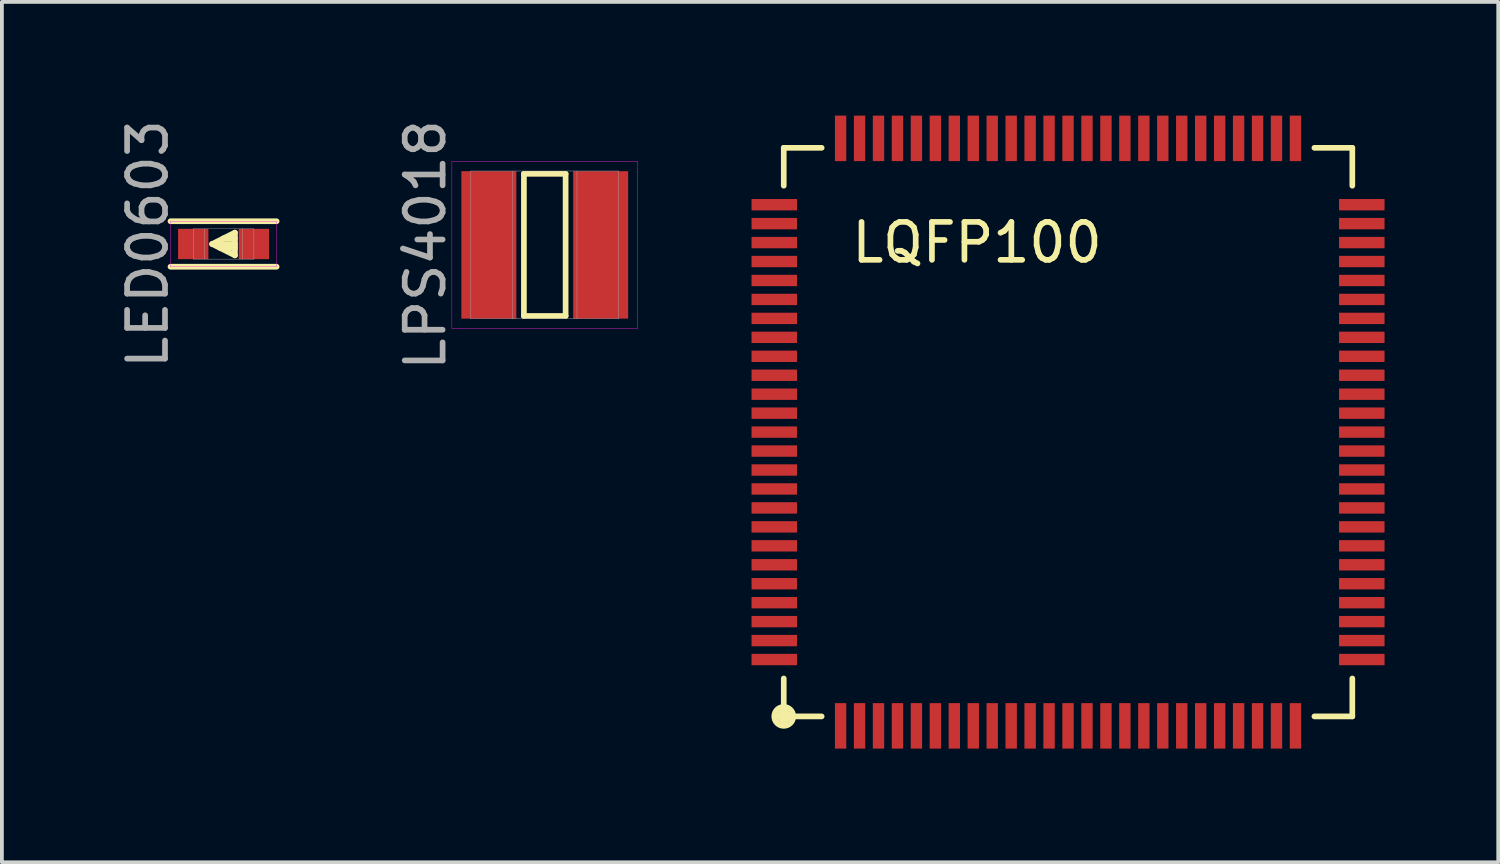
<source format=kicad_pcb>
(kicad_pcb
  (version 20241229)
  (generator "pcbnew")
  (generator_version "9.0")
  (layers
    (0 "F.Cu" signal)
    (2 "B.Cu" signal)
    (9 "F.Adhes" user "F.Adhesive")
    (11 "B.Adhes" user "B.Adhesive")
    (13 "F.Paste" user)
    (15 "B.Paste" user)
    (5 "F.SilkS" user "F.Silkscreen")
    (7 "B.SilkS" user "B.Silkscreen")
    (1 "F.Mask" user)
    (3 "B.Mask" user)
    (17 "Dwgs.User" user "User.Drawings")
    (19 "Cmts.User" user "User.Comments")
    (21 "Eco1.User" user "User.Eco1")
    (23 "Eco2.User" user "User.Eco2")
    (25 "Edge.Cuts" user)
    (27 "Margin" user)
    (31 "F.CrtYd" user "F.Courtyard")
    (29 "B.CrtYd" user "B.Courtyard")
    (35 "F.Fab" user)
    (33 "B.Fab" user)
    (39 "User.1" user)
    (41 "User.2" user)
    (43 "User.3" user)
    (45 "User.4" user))
  (footprint "LED0603"
    (layer "F.Cu")
    (at 2.848 3.387)
    (property "Reference" "LED0603" (at -2 0 90) (layer "F.Fab") (effects (font (size 1 1) (thickness 0.15))))
    (attr through_hole)
    (fp_line (start -1.4 -0.6) (end 1.4 -0.6) (stroke (width 0.15) (type solid)) (layer "F.SilkS"))
    (fp_line (start -1.4 0.6) (end 1.4 0.6) (stroke (width 0.15) (type solid)) (layer "F.SilkS"))
    (fp_line (start -0.3 0) (end 0.3 -0.3) (stroke (width 0.15) (type solid)) (layer "F.SilkS"))
    (fp_line (start 0.3 -0.3) (end 0.3 0.3) (stroke (width 0.15) (type solid)) (layer "F.SilkS"))
    (fp_line (start 0.3 -0.15) (end 0 -0.15) (stroke (width 0.15) (type solid)) (layer "F.SilkS"))
    (fp_line (start 0.3 0) (end -0.3 0) (stroke (width 0.15) (type solid)) (layer "F.SilkS"))
    (fp_line (start 0.3 0.1) (end -0.1 0.1) (stroke (width 0.15) (type solid)) (layer "F.SilkS"))
    (fp_line (start 0.3 0.3) (end -0.3 0) (stroke (width 0.15) (type solid)) (layer "F.SilkS"))
    (fp_line (start -1.4 -0.6) (end 1.4 -0.6) (stroke (width 0.01) (type solid)) (layer "F.CrtYd"))
    (fp_line (start -1.4 0.6) (end -1.4 -0.6) (stroke (width 0.01) (type solid)) (layer "F.CrtYd"))
    (fp_line (start 1.4 -0.6) (end 1.4 0.6) (stroke (width 0.01) (type solid)) (layer "F.CrtYd"))
    (fp_line (start 1.4 0.6) (end -1.4 0.6) (stroke (width 0.01) (type solid)) (layer "F.CrtYd"))
    (fp_line (start -0.8 -0.4) (end -0.8 0.4) (stroke (width 0.01) (type solid)) (layer "F.Fab"))
    (fp_line (start -0.8 0.4) (end 0.8 0.4) (stroke (width 0.01) (type solid)) (layer "F.Fab"))
    (fp_line (start -0.5 -0.4) (end -0.5 0.4) (stroke (width 0.01) (type solid)) (layer "F.Fab"))
    (fp_line (start 0.5 -0.4) (end 0.5 0.4) (stroke (width 0.01) (type solid)) (layer "F.Fab"))
    (fp_line (start 0.8 -0.4) (end -0.8 -0.4) (stroke (width 0.01) (type solid)) (layer "F.Fab"))
    (fp_line (start 0.8 0.4) (end 0.8 -0.4) (stroke (width 0.01) (type solid)) (layer "F.Fab"))
    (pad "1" smd rect (at -0.8 0) (size 0.8 0.8) (layers "F.Cu" "F.Mask" "F.Paste"))
    (pad "2" smd rect (at 0.8 0) (size 0.8 0.8) (layers "F.Cu" "F.Mask" "F.Paste")))
  (footprint "LPS4018"
    (layer "F.Cu")
    (at 11.322 3.411)
    (property "Reference" "LPS4018" (at -3.15 0 90) (layer "F.Fab") (effects (font (size 1 1) (thickness 0.15))))
    (attr smd)
    (fp_line (start -0.55 -1.875) (end 0.55 -1.875) (stroke (width 0.15) (type solid)) (layer "F.SilkS"))
    (fp_line (start -0.55 1.875) (end -0.55 -1.875) (stroke (width 0.15) (type solid)) (layer "F.SilkS"))
    (fp_line (start 0.55 -1.875) (end 0.55 1.875) (stroke (width 0.15) (type solid)) (layer "F.SilkS"))
    (fp_line (start 0.55 1.875) (end -0.55 1.875) (stroke (width 0.15) (type solid)) (layer "F.SilkS"))
    (fp_line (start -2.45 -2.2) (end 2.45 -2.2) (stroke (width 0.01) (type solid)) (layer "F.CrtYd"))
    (fp_line (start -2.45 2.2) (end -2.45 -2.2) (stroke (width 0.01) (type solid)) (layer "F.CrtYd"))
    (fp_line (start 2.45 -2.2) (end 2.45 2.2) (stroke (width 0.01) (type solid)) (layer "F.CrtYd"))
    (fp_line (start 2.45 2.2) (end -2.45 2.2) (stroke (width 0.01) (type solid)) (layer "F.CrtYd"))
    (fp_line (start -1.95 -1.95) (end 1.95 -1.95) (stroke (width 0.01) (type solid)) (layer "F.Fab"))
    (fp_line (start -1.95 1.95) (end -1.95 -1.95) (stroke (width 0.01) (type solid)) (layer "F.Fab"))
    (fp_line (start -0.85 -1.95) (end -0.85 1.95) (stroke (width 0.01) (type solid)) (layer "F.Fab"))
    (fp_line (start 0.85 -1.95) (end 0.85 1.95) (stroke (width 0.01) (type solid)) (layer "F.Fab"))
    (fp_line (start 1.95 -1.95) (end 1.95 1.95) (stroke (width 0.01) (type solid)) (layer "F.Fab"))
    (fp_line (start 1.95 1.95) (end -1.95 1.95) (stroke (width 0.01) (type solid)) (layer "F.Fab"))
    (pad "1" smd rect (at -1.475 0) (size 1.45 3.89) (layers "F.Cu" "F.Mask" "F.Paste"))
    (pad "2" smd rect (at 1.475 0) (size 1.45 3.89) (layers "F.Cu" "F.Mask" "F.Paste")))
  (footprint "LQFP100"
    (layer "F.Cu")
    (at 19.127 16.1)
    (property "Reference" "LQFP100" (at 3.6 -12.75 0) (layer "F.SilkS") (effects (font (size 1 1) (thickness 0.15))))
    (attr through_hole)
    (fp_line (start -1.5 -15.25) (end -1.5 -14.25) (stroke (width 0.15) (type solid)) (layer "F.SilkS"))
    (fp_line (start -1.5 -1.25) (end -1.5 -0.25) (stroke (width 0.15) (type solid)) (layer "F.SilkS"))
    (fp_line (start -1.5 -0.25) (end -0.5 -0.25) (stroke (width 0.15) (type solid)) (layer "F.SilkS"))
    (fp_line (start -0.5 -15.25) (end -1.5 -15.25) (stroke (width 0.15) (type solid)) (layer "F.SilkS"))
    (fp_line (start 12.5 -15.25) (end 13.5 -15.25) (stroke (width 0.15) (type solid)) (layer "F.SilkS"))
    (fp_line (start 12.5 -0.25) (end 13.5 -0.25) (stroke (width 0.15) (type solid)) (layer "F.SilkS"))
    (fp_line (start 13.5 -15.25) (end 13.5 -14.25) (stroke (width 0.15) (type solid)) (layer "F.SilkS"))
    (fp_line (start 13.5 -0.25) (end 13.5 -1.25) (stroke (width 0.15) (type solid)) (layer "F.SilkS"))
    (fp_circle (center -1.5 -0.25) (end -1.7 -0.1) (stroke (width 0.15) (type solid)) (fill no) (layer "F.SilkS"))
    (fp_circle (center -1.5 -0.25) (end -1.6 -0.2) (stroke (width 0.15) (type solid)) (fill no) (layer "F.SilkS"))
    (pad "1" smd rect (at 0 0) (size 0.3 1.2) (layers "F.Cu" "F.Mask" "F.Paste"))
    (pad "2" smd rect (at 0.5 0) (size 0.3 1.2) (layers "F.Cu" "F.Mask" "F.Paste"))
    (pad "3" smd rect (at 1 0) (size 0.3 1.2) (layers "F.Cu" "F.Mask" "F.Paste"))
    (pad "4" smd rect (at 1.5 0) (size 0.3 1.2) (layers "F.Cu" "F.Mask" "F.Paste"))
    (pad "5" smd rect (at 2 0) (size 0.3 1.2) (layers "F.Cu" "F.Mask" "F.Paste"))
    (pad "6" smd rect (at 2.5 0) (size 0.3 1.2) (layers "F.Cu" "F.Mask" "F.Paste"))
    (pad "7" smd rect (at 3 0) (size 0.3 1.2) (layers "F.Cu" "F.Mask" "F.Paste"))
    (pad "8" smd rect (at 3.5 0) (size 0.3 1.2) (layers "F.Cu" "F.Mask" "F.Paste"))
    (pad "9" smd rect (at 4 0) (size 0.3 1.2) (layers "F.Cu" "F.Mask" "F.Paste"))
    (pad "10" smd rect (at 4.5 0) (size 0.3 1.2) (layers "F.Cu" "F.Mask" "F.Paste"))
    (pad "11" smd rect (at 5 0) (size 0.3 1.2) (layers "F.Cu" "F.Mask" "F.Paste"))
    (pad "12" smd rect (at 5.5 0) (size 0.3 1.2) (layers "F.Cu" "F.Mask" "F.Paste"))
    (pad "13" smd rect (at 6 0) (size 0.3 1.2) (layers "F.Cu" "F.Mask" "F.Paste"))
    (pad "14" smd rect (at 6.5 0) (size 0.3 1.2) (layers "F.Cu" "F.Mask" "F.Paste"))
    (pad "15" smd rect (at 7 0) (size 0.3 1.2) (layers "F.Cu" "F.Mask" "F.Paste"))
    (pad "16" smd rect (at 7.5 0) (size 0.3 1.2) (layers "F.Cu" "F.Mask" "F.Paste"))
    (pad "17" smd rect (at 8 0) (size 0.3 1.2) (layers "F.Cu" "F.Mask" "F.Paste"))
    (pad "18" smd rect (at 8.5 0) (size 0.3 1.2) (layers "F.Cu" "F.Mask" "F.Paste"))
    (pad "19" smd rect (at 9 0) (size 0.3 1.2) (layers "F.Cu" "F.Mask" "F.Paste"))
    (pad "20" smd rect (at 9.5 0) (size 0.3 1.2) (layers "F.Cu" "F.Mask" "F.Paste"))
    (pad "21" smd rect (at 10 0) (size 0.3 1.2) (layers "F.Cu" "F.Mask" "F.Paste"))
    (pad "22" smd rect (at 10.5 0) (size 0.3 1.2) (layers "F.Cu" "F.Mask" "F.Paste"))
    (pad "23" smd rect (at 11 0) (size 0.3 1.2) (layers "F.Cu" "F.Mask" "F.Paste"))
    (pad "24" smd rect (at 11.5 0) (size 0.3 1.2) (layers "F.Cu" "F.Mask" "F.Paste"))
    (pad "25" smd rect (at 12 0) (size 0.3 1.2) (layers "F.Cu" "F.Mask" "F.Paste"))
    (pad "26" smd rect (at 13.75 -1.75) (size 1.2 0.3) (layers "F.Cu" "F.Mask" "F.Paste"))
    (pad "27" smd rect (at 13.75 -2.25) (size 1.2 0.3) (layers "F.Cu" "F.Mask" "F.Paste"))
    (pad "28" smd rect (at 13.75 -2.75) (size 1.2 0.3) (layers "F.Cu" "F.Mask" "F.Paste"))
    (pad "29" smd rect (at 13.75 -3.25) (size 1.2 0.3) (layers "F.Cu" "F.Mask" "F.Paste"))
    (pad "30" smd rect (at 13.75 -3.75) (size 1.2 0.3) (layers "F.Cu" "F.Mask" "F.Paste"))
    (pad "31" smd rect (at 13.75 -4.25) (size 1.2 0.3) (layers "F.Cu" "F.Mask" "F.Paste"))
    (pad "32" smd rect (at 13.75 -4.75) (size 1.2 0.3) (layers "F.Cu" "F.Mask" "F.Paste"))
    (pad "33" smd rect (at 13.75 -5.25) (size 1.2 0.3) (layers "F.Cu" "F.Mask" "F.Paste"))
    (pad "34" smd rect (at 13.75 -5.75) (size 1.2 0.3) (layers "F.Cu" "F.Mask" "F.Paste"))
    (pad "35" smd rect (at 13.75 -6.25) (size 1.2 0.3) (layers "F.Cu" "F.Mask" "F.Paste"))
    (pad "36" smd rect (at 13.75 -6.75) (size 1.2 0.3) (layers "F.Cu" "F.Mask" "F.Paste"))
    (pad "37" smd rect (at 13.75 -7.25) (size 1.2 0.3) (layers "F.Cu" "F.Mask" "F.Paste"))
    (pad "38" smd rect (at 13.75 -7.75) (size 1.2 0.3) (layers "F.Cu" "F.Mask" "F.Paste"))
    (pad "39" smd rect (at 13.75 -8.25) (size 1.2 0.3) (layers "F.Cu" "F.Mask" "F.Paste"))
    (pad "40" smd rect (at 13.75 -8.75) (size 1.2 0.3) (layers "F.Cu" "F.Mask" "F.Paste"))
    (pad "41" smd rect (at 13.75 -9.25) (size 1.2 0.3) (layers "F.Cu" "F.Mask" "F.Paste"))
    (pad "42" smd rect (at 13.75 -9.75) (size 1.2 0.3) (layers "F.Cu" "F.Mask" "F.Paste"))
    (pad "43" smd rect (at 13.75 -10.25) (size 1.2 0.3) (layers "F.Cu" "F.Mask" "F.Paste"))
    (pad "44" smd rect (at 13.75 -10.75) (size 1.2 0.3) (layers "F.Cu" "F.Mask" "F.Paste"))
    (pad "45" smd rect (at 13.75 -11.25) (size 1.2 0.3) (layers "F.Cu" "F.Mask" "F.Paste"))
    (pad "46" smd rect (at 13.75 -11.75) (size 1.2 0.3) (layers "F.Cu" "F.Mask" "F.Paste"))
    (pad "47" smd rect (at 13.75 -12.25) (size 1.2 0.3) (layers "F.Cu" "F.Mask" "F.Paste"))
    (pad "48" smd rect (at 13.75 -12.75) (size 1.2 0.3) (layers "F.Cu" "F.Mask" "F.Paste"))
    (pad "49" smd rect (at 13.75 -13.25) (size 1.2 0.3) (layers "F.Cu" "F.Mask" "F.Paste"))
    (pad "50" smd rect (at 13.75 -13.75) (size 1.2 0.3) (layers "F.Cu" "F.Mask" "F.Paste"))
    (pad "51" smd rect (at 12 -15.5) (size 0.3 1.2) (layers "F.Cu" "F.Mask" "F.Paste"))
    (pad "52" smd rect (at 11.5 -15.5) (size 0.3 1.2) (layers "F.Cu" "F.Mask" "F.Paste"))
    (pad "53" smd rect (at 11 -15.5) (size 0.3 1.2) (layers "F.Cu" "F.Mask" "F.Paste"))
    (pad "54" smd rect (at 10.5 -15.5) (size 0.3 1.2) (layers "F.Cu" "F.Mask" "F.Paste"))
    (pad "55" smd rect (at 10 -15.5) (size 0.3 1.2) (layers "F.Cu" "F.Mask" "F.Paste"))
    (pad "56" smd rect (at 9.5 -15.5) (size 0.3 1.2) (layers "F.Cu" "F.Mask" "F.Paste"))
    (pad "57" smd rect (at 9 -15.5) (size 0.3 1.2) (layers "F.Cu" "F.Mask" "F.Paste"))
    (pad "58" smd rect (at 8.5 -15.5) (size 0.3 1.2) (layers "F.Cu" "F.Mask" "F.Paste"))
    (pad "59" smd rect (at 8 -15.5) (size 0.3 1.2) (layers "F.Cu" "F.Mask" "F.Paste"))
    (pad "60" smd rect (at 7.5 -15.5) (size 0.3 1.2) (layers "F.Cu" "F.Mask" "F.Paste"))
    (pad "61" smd rect (at 7 -15.5) (size 0.3 1.2) (layers "F.Cu" "F.Mask" "F.Paste"))
    (pad "62" smd rect (at 6.5 -15.5) (size 0.3 1.2) (layers "F.Cu" "F.Mask" "F.Paste"))
    (pad "63" smd rect (at 6 -15.5) (size 0.3 1.2) (layers "F.Cu" "F.Mask" "F.Paste"))
    (pad "64" smd rect (at 5.5 -15.5) (size 0.3 1.2) (layers "F.Cu" "F.Mask" "F.Paste"))
    (pad "65" smd rect (at 5 -15.5) (size 0.3 1.2) (layers "F.Cu" "F.Mask" "F.Paste"))
    (pad "66" smd rect (at 4.5 -15.5) (size 0.3 1.2) (layers "F.Cu" "F.Mask" "F.Paste"))
    (pad "67" smd rect (at 4 -15.5) (size 0.3 1.2) (layers "F.Cu" "F.Mask" "F.Paste"))
    (pad "68" smd rect (at 3.5 -15.5) (size 0.3 1.2) (layers "F.Cu" "F.Mask" "F.Paste"))
    (pad "69" smd rect (at 3 -15.5) (size 0.3 1.2) (layers "F.Cu" "F.Mask" "F.Paste"))
    (pad "70" smd rect (at 2.5 -15.5) (size 0.3 1.2) (layers "F.Cu" "F.Mask" "F.Paste"))
    (pad "71" smd rect (at 2 -15.5) (size 0.3 1.2) (layers "F.Cu" "F.Mask" "F.Paste"))
    (pad "72" smd rect (at 1.5 -15.5) (size 0.3 1.2) (layers "F.Cu" "F.Mask" "F.Paste"))
    (pad "73" smd rect (at 1 -15.5) (size 0.3 1.2) (layers "F.Cu" "F.Mask" "F.Paste"))
    (pad "74" smd rect (at 0.5 -15.5) (size 0.3 1.2) (layers "F.Cu" "F.Mask" "F.Paste"))
    (pad "75" smd rect (at 0 -15.5) (size 0.3 1.2) (layers "F.Cu" "F.Mask" "F.Paste"))
    (pad "76" smd rect (at -1.75 -13.75) (size 1.2 0.3) (layers "F.Cu" "F.Mask" "F.Paste"))
    (pad "77" smd rect (at -1.75 -13.25) (size 1.2 0.3) (layers "F.Cu" "F.Mask" "F.Paste"))
    (pad "78" smd rect (at -1.75 -12.75) (size 1.2 0.3) (layers "F.Cu" "F.Mask" "F.Paste"))
    (pad "79" smd rect (at -1.75 -12.25) (size 1.2 0.3) (layers "F.Cu" "F.Mask" "F.Paste"))
    (pad "80" smd rect (at -1.75 -11.75) (size 1.2 0.3) (layers "F.Cu" "F.Mask" "F.Paste"))
    (pad "81" smd rect (at -1.75 -11.25) (size 1.2 0.3) (layers "F.Cu" "F.Mask" "F.Paste"))
    (pad "82" smd rect (at -1.75 -10.75) (size 1.2 0.3) (layers "F.Cu" "F.Mask" "F.Paste"))
    (pad "83" smd rect (at -1.75 -10.25) (size 1.2 0.3) (layers "F.Cu" "F.Mask" "F.Paste"))
    (pad "84" smd rect (at -1.75 -9.75) (size 1.2 0.3) (layers "F.Cu" "F.Mask" "F.Paste"))
    (pad "85" smd rect (at -1.75 -9.25) (size 1.2 0.3) (layers "F.Cu" "F.Mask" "F.Paste"))
    (pad "86" smd rect (at -1.75 -8.75) (size 1.2 0.3) (layers "F.Cu" "F.Mask" "F.Paste"))
    (pad "87" smd rect (at -1.75 -8.25) (size 1.2 0.3) (layers "F.Cu" "F.Mask" "F.Paste"))
    (pad "88" smd rect (at -1.75 -7.75) (size 1.2 0.3) (layers "F.Cu" "F.Mask" "F.Paste"))
    (pad "89" smd rect (at -1.75 -7.25) (size 1.2 0.3) (layers "F.Cu" "F.Mask" "F.Paste"))
    (pad "90" smd rect (at -1.75 -6.75) (size 1.2 0.3) (layers "F.Cu" "F.Mask" "F.Paste"))
    (pad "91" smd rect (at -1.75 -6.25) (size 1.2 0.3) (layers "F.Cu" "F.Mask" "F.Paste"))
    (pad "92" smd rect (at -1.75 -5.75) (size 1.2 0.3) (layers "F.Cu" "F.Mask" "F.Paste"))
    (pad "93" smd rect (at -1.75 -5.25) (size 1.2 0.3) (layers "F.Cu" "F.Mask" "F.Paste"))
    (pad "94" smd rect (at -1.75 -4.75) (size 1.2 0.3) (layers "F.Cu" "F.Mask" "F.Paste"))
    (pad "95" smd rect (at -1.75 -4.25) (size 1.2 0.3) (layers "F.Cu" "F.Mask" "F.Paste"))
    (pad "96" smd rect (at -1.75 -3.75) (size 1.2 0.3) (layers "F.Cu" "F.Mask" "F.Paste"))
    (pad "97" smd rect (at -1.75 -3.25) (size 1.2 0.3) (layers "F.Cu" "F.Mask" "F.Paste"))
    (pad "98" smd rect (at -1.75 -2.75) (size 1.2 0.3) (layers "F.Cu" "F.Mask" "F.Paste"))
    (pad "99" smd rect (at -1.75 -2.25) (size 1.2 0.3) (layers "F.Cu" "F.Mask" "F.Paste"))
    (pad "100" smd rect (at -1.75 -1.75) (size 1.2 0.3) (layers "F.Cu" "F.Mask" "F.Paste")))
  (gr_rect
    (start -3 -3)
    (end 36.477 19.7)
    (stroke (width 0.1) (type default))
    (fill no)
    (layer "Edge.Cuts")))
</source>
